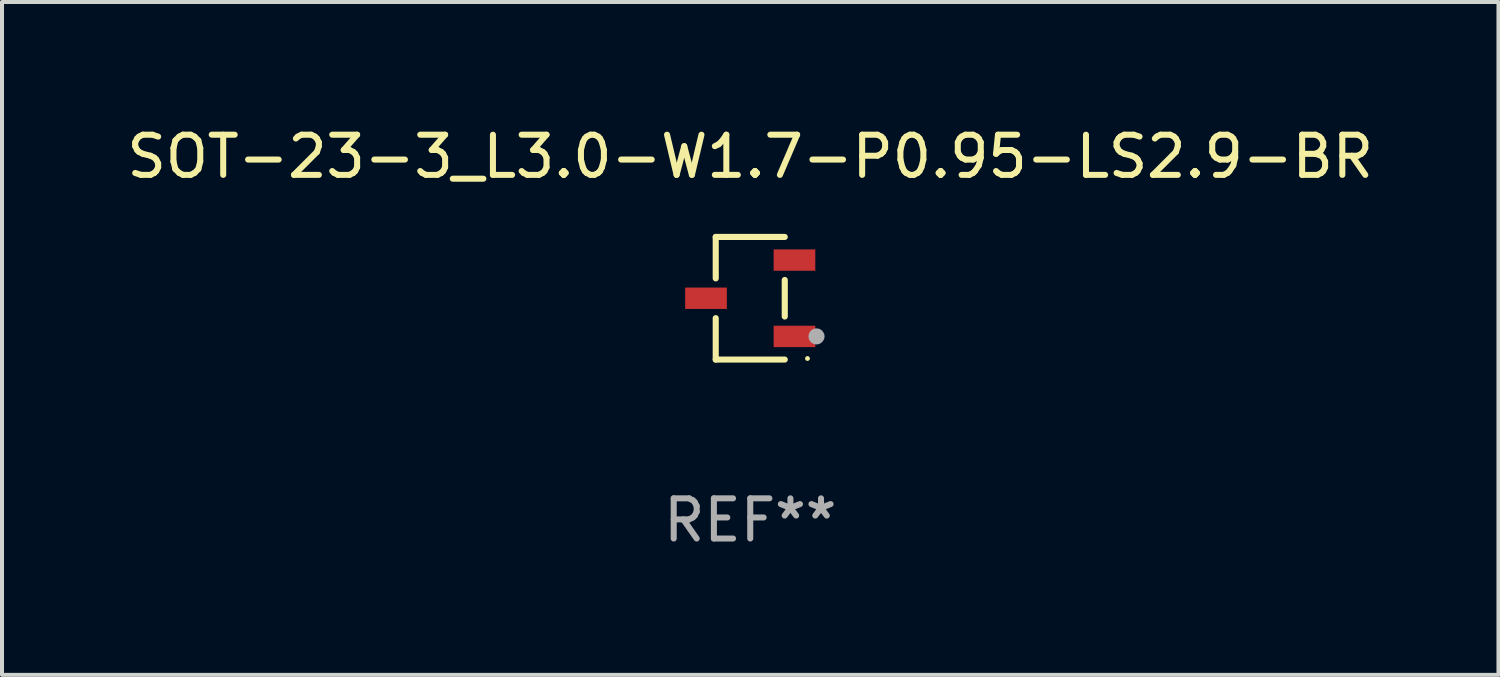
<source format=kicad_pcb>
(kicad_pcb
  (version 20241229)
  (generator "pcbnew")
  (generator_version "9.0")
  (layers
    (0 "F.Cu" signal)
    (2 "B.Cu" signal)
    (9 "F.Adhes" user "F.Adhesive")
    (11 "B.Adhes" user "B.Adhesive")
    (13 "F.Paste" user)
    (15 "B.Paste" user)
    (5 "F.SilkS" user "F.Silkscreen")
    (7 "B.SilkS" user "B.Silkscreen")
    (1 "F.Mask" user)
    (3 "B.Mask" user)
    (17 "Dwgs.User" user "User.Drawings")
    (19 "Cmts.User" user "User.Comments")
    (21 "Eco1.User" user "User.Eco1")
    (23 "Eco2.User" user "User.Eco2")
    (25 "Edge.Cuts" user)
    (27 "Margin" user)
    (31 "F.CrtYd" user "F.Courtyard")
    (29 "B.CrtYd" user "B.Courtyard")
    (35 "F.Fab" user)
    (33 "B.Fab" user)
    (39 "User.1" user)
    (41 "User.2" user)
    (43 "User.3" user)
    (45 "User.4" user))
  (footprint "SOT-23-3_L3.0-W1.7-P0.95-LS2.9-BR"
    (layer "F.Cu")
    (at 15.625 4.374)
    (property "Reference" "SOT-23-3_L3.0-W1.7-P0.95-LS2.9-BR" (at 0 -3.526 0) (layer "F.SilkS") (effects (font (size 1 1) (thickness 0.15))))
    (attr through_hole)
    (fp_line (start -0.859 -1.526) (end -0.859 -0.495) (stroke (width 0.152) (type solid)) (layer "F.SilkS"))
    (fp_line (start -0.859 1.526) (end -0.859 0.495) (stroke (width 0.152) (type solid)) (layer "F.SilkS"))
    (fp_line (start 0.859 -1.526) (end -0.859 -1.526) (stroke (width 0.152) (type solid)) (layer "F.SilkS"))
    (fp_line (start 0.859 -0.455) (end 0.859 0.455) (stroke (width 0.152) (type solid)) (layer "F.SilkS"))
    (fp_line (start 0.859 1.526) (end -0.859 1.526) (stroke (width 0.152) (type solid)) (layer "F.SilkS"))
    (fp_circle (center 1.425 1.5) (end 1.455 1.5) (stroke (width 0.06) (type solid)) (fill no) (layer "F.SilkS"))
    (fp_circle (center 1.65 0.95) (end 1.75 0.95) (stroke (width 0.2) (type solid)) (fill no) (layer "F.Fab"))
    (fp_text user "REF**" (at 0 5.526 0) (layer "F.Fab") (effects (font (size 1 1) (thickness 0.15))))
    (pad "1" smd rect (at 1.101 0.95) (size 1.037 0.532) (layers "F.Cu" "F.Mask" "F.Paste"))
    (pad "2" smd rect (at 1.101 -0.95) (size 1.037 0.532) (layers "F.Cu" "F.Mask" "F.Paste"))
    (pad "3" smd rect (at -1.101 0) (size 1.037 0.532) (layers "F.Cu" "F.Mask" "F.Paste")))
  (gr_rect
    (start -3 -3)
    (end 34.25 13.749)
    (stroke (width 0.1) (type default))
    (fill no)
    (layer "Edge.Cuts")))
</source>
